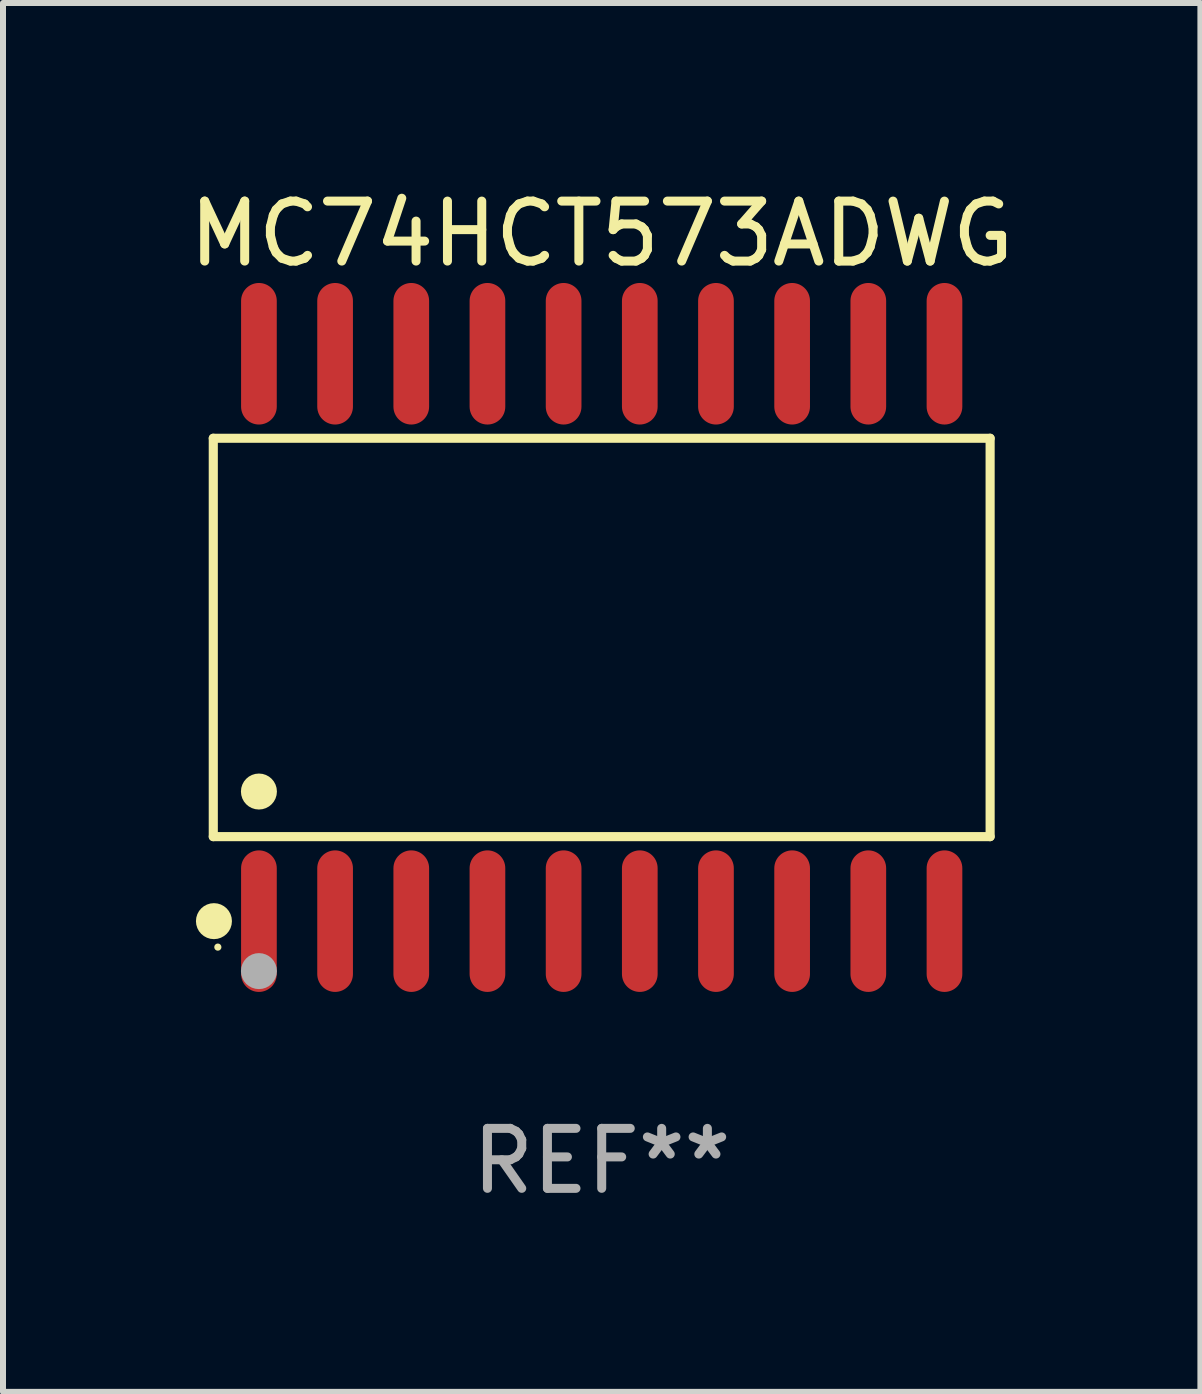
<source format=kicad_pcb>
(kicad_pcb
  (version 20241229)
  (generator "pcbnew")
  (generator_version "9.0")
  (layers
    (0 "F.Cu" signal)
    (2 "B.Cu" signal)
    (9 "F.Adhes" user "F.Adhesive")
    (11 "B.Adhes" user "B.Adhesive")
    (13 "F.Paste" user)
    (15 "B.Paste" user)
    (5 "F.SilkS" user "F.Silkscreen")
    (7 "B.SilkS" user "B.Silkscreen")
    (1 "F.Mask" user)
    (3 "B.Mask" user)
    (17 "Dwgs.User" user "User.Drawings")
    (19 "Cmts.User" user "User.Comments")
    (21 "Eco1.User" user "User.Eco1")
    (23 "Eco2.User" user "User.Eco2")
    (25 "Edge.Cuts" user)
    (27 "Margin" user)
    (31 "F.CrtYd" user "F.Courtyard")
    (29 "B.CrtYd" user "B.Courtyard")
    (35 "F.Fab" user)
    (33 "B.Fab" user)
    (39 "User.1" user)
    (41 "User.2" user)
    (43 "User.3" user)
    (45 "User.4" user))
  (footprint "MC74HCT573ADWG"
    (layer "F.Cu")
    (at 6.982 7.578)
    (property "Reference" "MC74HCT573ADWG" (at 0 -6.73 0) (layer "F.SilkS") (effects (font (size 1 1) (thickness 0.15))))
    (attr through_hole)
    (fp_line (start -6.476 -3.321) (end 6.476 -3.321) (stroke (width 0.152) (type solid)) (layer "F.SilkS"))
    (fp_line (start -6.476 3.321) (end -6.476 -3.321) (stroke (width 0.152) (type solid)) (layer "F.SilkS"))
    (fp_line (start 6.476 -3.321) (end 6.476 3.321) (stroke (width 0.152) (type solid)) (layer "F.SilkS"))
    (fp_line (start 6.476 3.321) (end -6.476 3.321) (stroke (width 0.152) (type solid)) (layer "F.SilkS"))
    (fp_circle (center -6.465 4.73) (end -6.315 4.73) (stroke (width 0.3) (type solid)) (fill no) (layer "F.SilkS"))
    (fp_circle (center -6.4 5.163) (end -6.37 5.163) (stroke (width 0.06) (type solid)) (fill no) (layer "F.SilkS"))
    (fp_circle (center -5.715 2.569) (end -5.565 2.569) (stroke (width 0.3) (type solid)) (fill no) (layer "F.SilkS"))
    (fp_circle (center -5.715 5.563) (end -5.565 5.563) (stroke (width 0.3) (type solid)) (fill no) (layer "F.Fab"))
    (fp_text user "REF**" (at 0 8.73 0) (layer "F.Fab") (effects (font (size 1 1) (thickness 0.15))))
    (pad "1" smd oval (at -5.715 4.73) (size 0.595 2.36) (layers "F.Cu" "F.Mask" "F.Paste"))
    (pad "2" smd oval (at -4.445 4.73) (size 0.595 2.36) (layers "F.Cu" "F.Mask" "F.Paste"))
    (pad "3" smd oval (at -3.175 4.73) (size 0.595 2.36) (layers "F.Cu" "F.Mask" "F.Paste"))
    (pad "4" smd oval (at -1.905 4.73) (size 0.595 2.36) (layers "F.Cu" "F.Mask" "F.Paste"))
    (pad "5" smd oval (at -0.635 4.73) (size 0.595 2.36) (layers "F.Cu" "F.Mask" "F.Paste"))
    (pad "6" smd oval (at 0.635 4.73) (size 0.595 2.36) (layers "F.Cu" "F.Mask" "F.Paste"))
    (pad "7" smd oval (at 1.905 4.73) (size 0.595 2.36) (layers "F.Cu" "F.Mask" "F.Paste"))
    (pad "8" smd oval (at 3.175 4.73) (size 0.595 2.36) (layers "F.Cu" "F.Mask" "F.Paste"))
    (pad "9" smd oval (at 4.445 4.73) (size 0.595 2.36) (layers "F.Cu" "F.Mask" "F.Paste"))
    (pad "10" smd oval (at 5.715 4.73) (size 0.595 2.36) (layers "F.Cu" "F.Mask" "F.Paste"))
    (pad "11" smd oval (at 5.715 -4.73) (size 0.595 2.36) (layers "F.Cu" "F.Mask" "F.Paste"))
    (pad "12" smd oval (at 4.445 -4.73) (size 0.595 2.36) (layers "F.Cu" "F.Mask" "F.Paste"))
    (pad "13" smd oval (at 3.175 -4.73) (size 0.595 2.36) (layers "F.Cu" "F.Mask" "F.Paste"))
    (pad "14" smd oval (at 1.905 -4.73) (size 0.595 2.36) (layers "F.Cu" "F.Mask" "F.Paste"))
    (pad "15" smd oval (at 0.635 -4.73) (size 0.595 2.36) (layers "F.Cu" "F.Mask" "F.Paste"))
    (pad "16" smd oval (at -0.635 -4.73) (size 0.595 2.36) (layers "F.Cu" "F.Mask" "F.Paste"))
    (pad "17" smd oval (at -1.905 -4.73) (size 0.595 2.36) (layers "F.Cu" "F.Mask" "F.Paste"))
    (pad "18" smd oval (at -3.175 -4.73) (size 0.595 2.36) (layers "F.Cu" "F.Mask" "F.Paste"))
    (pad "19" smd oval (at -4.445 -4.73) (size 0.595 2.36) (layers "F.Cu" "F.Mask" "F.Paste"))
    (pad "20" smd oval (at -5.715 -4.73) (size 0.595 2.36) (layers "F.Cu" "F.Mask" "F.Paste")))
  (gr_rect
    (start -3 -3)
    (end 16.964 20.156)
    (stroke (width 0.1) (type default))
    (fill no)
    (layer "Edge.Cuts")))
</source>
